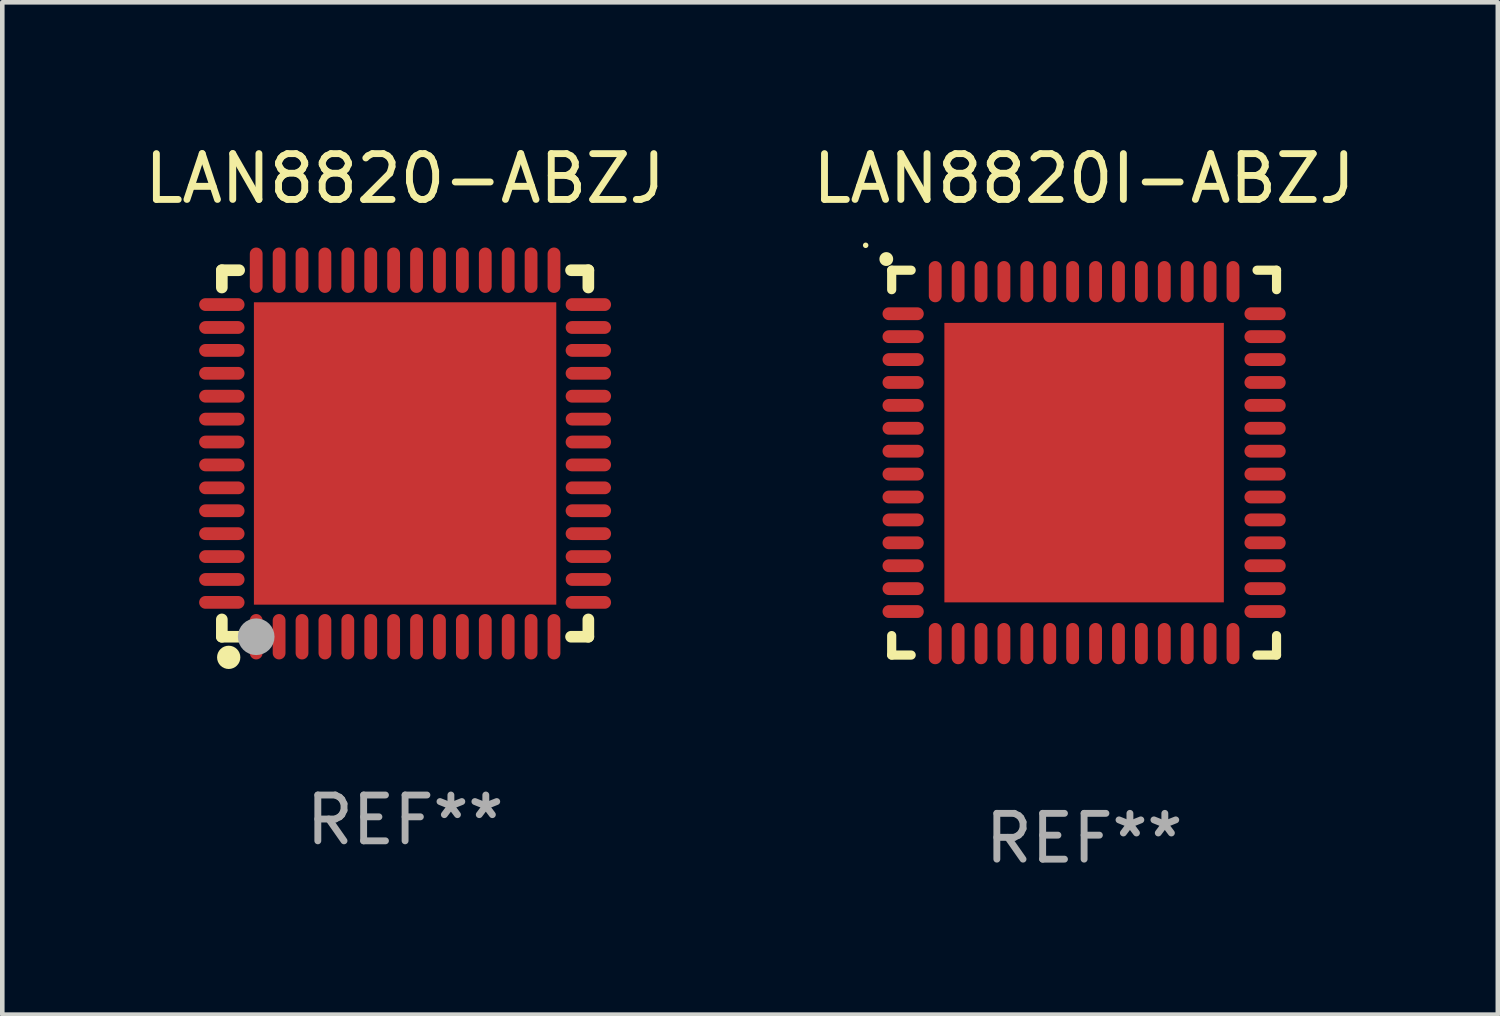
<source format=kicad_pcb>
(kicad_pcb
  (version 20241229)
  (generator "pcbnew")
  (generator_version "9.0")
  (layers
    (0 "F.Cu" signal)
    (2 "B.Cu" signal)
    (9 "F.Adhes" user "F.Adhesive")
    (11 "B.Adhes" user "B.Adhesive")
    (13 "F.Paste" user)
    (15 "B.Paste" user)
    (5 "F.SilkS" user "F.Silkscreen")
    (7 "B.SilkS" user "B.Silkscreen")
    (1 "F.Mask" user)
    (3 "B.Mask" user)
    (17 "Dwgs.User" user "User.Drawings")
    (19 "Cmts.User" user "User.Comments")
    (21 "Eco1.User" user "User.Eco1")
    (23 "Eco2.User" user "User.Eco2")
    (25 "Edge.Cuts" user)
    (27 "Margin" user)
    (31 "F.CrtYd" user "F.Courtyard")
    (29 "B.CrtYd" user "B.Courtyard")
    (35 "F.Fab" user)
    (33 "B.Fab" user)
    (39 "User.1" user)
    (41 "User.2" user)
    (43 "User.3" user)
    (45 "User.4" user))
  (footprint "LAN8820I-ABZJ"
    (layer "F.Cu")
    (at 20.613 7.048)
    (property "Reference" "LAN8820I-ABZJ" (at 0 -6.2 0) (layer "F.SilkS") (effects (font (size 1 1) (thickness 0.15))))
    (attr through_hole)
    (fp_line (start -4.2 -4.2) (end -3.775 -4.2) (stroke (width 0.2) (type solid)) (layer "F.SilkS"))
    (fp_line (start -4.2 -3.775) (end -4.2 -4.2) (stroke (width 0.2) (type solid)) (layer "F.SilkS"))
    (fp_line (start -4.2 3.775) (end -4.2 4.2) (stroke (width 0.2) (type solid)) (layer "F.SilkS"))
    (fp_line (start -4.2 4.2) (end -3.775 4.2) (stroke (width 0.2) (type solid)) (layer "F.SilkS"))
    (fp_line (start 3.775 4.2) (end 4.2 4.2) (stroke (width 0.2) (type solid)) (layer "F.SilkS"))
    (fp_line (start 4.2 -4.2) (end 3.775 -4.2) (stroke (width 0.2) (type solid)) (layer "F.SilkS"))
    (fp_line (start 4.2 -3.775) (end 4.2 -4.2) (stroke (width 0.2) (type solid)) (layer "F.SilkS"))
    (fp_line (start 4.2 4.2) (end 4.2 3.775) (stroke (width 0.2) (type solid)) (layer "F.SilkS"))
    (fp_arc (start -4.318009 -4.442469) (mid -4.318014 -4.443739) (end -4.318009 -4.445009) (stroke (width 0.3) (type solid)) (layer "F.SilkS"))
    (fp_circle (center -4.768 -4.744) (end -4.738 -4.744) (stroke (width 0.06) (type solid)) (fill no) (layer "F.SilkS"))
    (fp_text user "REF**" (at 0 8.2 0) (layer "F.Fab") (effects (font (size 1 1) (thickness 0.15))))
    (pad "1" smd oval (at -3.95 -3.25 90) (size 0.28 0.9) (layers "F.Cu" "F.Mask" "F.Paste"))
    (pad "2" smd oval (at -3.95 -2.75 90) (size 0.28 0.9) (layers "F.Cu" "F.Mask" "F.Paste"))
    (pad "3" smd oval (at -3.95 -2.25 90) (size 0.28 0.9) (layers "F.Cu" "F.Mask" "F.Paste"))
    (pad "4" smd oval (at -3.95 -1.75 90) (size 0.28 0.9) (layers "F.Cu" "F.Mask" "F.Paste"))
    (pad "5" smd oval (at -3.95 -1.25 90) (size 0.28 0.9) (layers "F.Cu" "F.Mask" "F.Paste"))
    (pad "6" smd oval (at -3.95 -0.75 90) (size 0.28 0.9) (layers "F.Cu" "F.Mask" "F.Paste"))
    (pad "7" smd oval (at -3.95 -0.25 90) (size 0.28 0.9) (layers "F.Cu" "F.Mask" "F.Paste"))
    (pad "8" smd oval (at -3.95 0.25 90) (size 0.28 0.9) (layers "F.Cu" "F.Mask" "F.Paste"))
    (pad "9" smd oval (at -3.95 0.75 90) (size 0.28 0.9) (layers "F.Cu" "F.Mask" "F.Paste"))
    (pad "10" smd oval (at -3.95 1.25 90) (size 0.28 0.9) (layers "F.Cu" "F.Mask" "F.Paste"))
    (pad "11" smd oval (at -3.95 1.75 90) (size 0.28 0.9) (layers "F.Cu" "F.Mask" "F.Paste"))
    (pad "12" smd oval (at -3.95 2.25 90) (size 0.28 0.9) (layers "F.Cu" "F.Mask" "F.Paste"))
    (pad "13" smd oval (at -3.95 2.75 90) (size 0.28 0.9) (layers "F.Cu" "F.Mask" "F.Paste"))
    (pad "14" smd oval (at -3.95 3.25 90) (size 0.28 0.9) (layers "F.Cu" "F.Mask" "F.Paste"))
    (pad "15" smd oval (at -3.25 3.95) (size 0.28 0.9) (layers "F.Cu" "F.Mask" "F.Paste"))
    (pad "16" smd oval (at -2.75 3.95) (size 0.28 0.9) (layers "F.Cu" "F.Mask" "F.Paste"))
    (pad "17" smd oval (at -2.25 3.95) (size 0.28 0.9) (layers "F.Cu" "F.Mask" "F.Paste"))
    (pad "18" smd oval (at -1.75 3.95) (size 0.28 0.9) (layers "F.Cu" "F.Mask" "F.Paste"))
    (pad "19" smd oval (at -1.25 3.95) (size 0.28 0.9) (layers "F.Cu" "F.Mask" "F.Paste"))
    (pad "20" smd oval (at -0.75 3.95) (size 0.28 0.9) (layers "F.Cu" "F.Mask" "F.Paste"))
    (pad "21" smd oval (at -0.25 3.95) (size 0.28 0.9) (layers "F.Cu" "F.Mask" "F.Paste"))
    (pad "22" smd oval (at 0.25 3.95) (size 0.28 0.9) (layers "F.Cu" "F.Mask" "F.Paste"))
    (pad "23" smd oval (at 0.75 3.95) (size 0.28 0.9) (layers "F.Cu" "F.Mask" "F.Paste"))
    (pad "24" smd oval (at 1.25 3.95) (size 0.28 0.9) (layers "F.Cu" "F.Mask" "F.Paste"))
    (pad "25" smd oval (at 1.75 3.95) (size 0.28 0.9) (layers "F.Cu" "F.Mask" "F.Paste"))
    (pad "26" smd oval (at 2.25 3.95) (size 0.28 0.9) (layers "F.Cu" "F.Mask" "F.Paste"))
    (pad "27" smd oval (at 2.75 3.95) (size 0.28 0.9) (layers "F.Cu" "F.Mask" "F.Paste"))
    (pad "28" smd oval (at 3.25 3.95) (size 0.28 0.9) (layers "F.Cu" "F.Mask" "F.Paste"))
    (pad "29" smd oval (at 3.95 3.25 90) (size 0.28 0.9) (layers "F.Cu" "F.Mask" "F.Paste"))
    (pad "30" smd oval (at 3.95 2.75 90) (size 0.28 0.9) (layers "F.Cu" "F.Mask" "F.Paste"))
    (pad "31" smd oval (at 3.95 2.25 90) (size 0.28 0.9) (layers "F.Cu" "F.Mask" "F.Paste"))
    (pad "32" smd oval (at 3.95 1.75 90) (size 0.28 0.9) (layers "F.Cu" "F.Mask" "F.Paste"))
    (pad "33" smd oval (at 3.95 1.25 90) (size 0.28 0.9) (layers "F.Cu" "F.Mask" "F.Paste"))
    (pad "34" smd oval (at 3.95 0.75 90) (size 0.28 0.9) (layers "F.Cu" "F.Mask" "F.Paste"))
    (pad "35" smd oval (at 3.95 0.25 90) (size 0.28 0.9) (layers "F.Cu" "F.Mask" "F.Paste"))
    (pad "36" smd oval (at 3.95 -0.25 90) (size 0.28 0.9) (layers "F.Cu" "F.Mask" "F.Paste"))
    (pad "37" smd oval (at 3.95 -0.75 90) (size 0.28 0.9) (layers "F.Cu" "F.Mask" "F.Paste"))
    (pad "38" smd oval (at 3.95 -1.25 90) (size 0.28 0.9) (layers "F.Cu" "F.Mask" "F.Paste"))
    (pad "39" smd oval (at 3.95 -1.75 90) (size 0.28 0.9) (layers "F.Cu" "F.Mask" "F.Paste"))
    (pad "40" smd oval (at 3.95 -2.25 90) (size 0.28 0.9) (layers "F.Cu" "F.Mask" "F.Paste"))
    (pad "41" smd oval (at 3.95 -2.75 90) (size 0.28 0.9) (layers "F.Cu" "F.Mask" "F.Paste"))
    (pad "42" smd oval (at 3.95 -3.25 90) (size 0.28 0.9) (layers "F.Cu" "F.Mask" "F.Paste"))
    (pad "43" smd oval (at 3.25 -3.95) (size 0.28 0.9) (layers "F.Cu" "F.Mask" "F.Paste"))
    (pad "44" smd oval (at 2.75 -3.95) (size 0.28 0.9) (layers "F.Cu" "F.Mask" "F.Paste"))
    (pad "45" smd oval (at 2.25 -3.95) (size 0.28 0.9) (layers "F.Cu" "F.Mask" "F.Paste"))
    (pad "46" smd oval (at 1.75 -3.95) (size 0.28 0.9) (layers "F.Cu" "F.Mask" "F.Paste"))
    (pad "47" smd oval (at 1.25 -3.95) (size 0.28 0.9) (layers "F.Cu" "F.Mask" "F.Paste"))
    (pad "48" smd oval (at 0.75 -3.95) (size 0.28 0.9) (layers "F.Cu" "F.Mask" "F.Paste"))
    (pad "49" smd oval (at 0.25 -3.95) (size 0.28 0.9) (layers "F.Cu" "F.Mask" "F.Paste"))
    (pad "50" smd oval (at -0.25 -3.95) (size 0.28 0.9) (layers "F.Cu" "F.Mask" "F.Paste"))
    (pad "51" smd oval (at -0.75 -3.95) (size 0.28 0.9) (layers "F.Cu" "F.Mask" "F.Paste"))
    (pad "52" smd oval (at -1.25 -3.95) (size 0.28 0.9) (layers "F.Cu" "F.Mask" "F.Paste"))
    (pad "53" smd oval (at -1.75 -3.95) (size 0.28 0.9) (layers "F.Cu" "F.Mask" "F.Paste"))
    (pad "54" smd oval (at -2.25 -3.95) (size 0.28 0.9) (layers "F.Cu" "F.Mask" "F.Paste"))
    (pad "55" smd oval (at -2.75 -3.95) (size 0.28 0.9) (layers "F.Cu" "F.Mask" "F.Paste"))
    (pad "56" smd oval (at -3.25 -3.95) (size 0.28 0.9) (layers "F.Cu" "F.Mask" "F.Paste"))
    (pad "57" smd rect (at 0 0) (size 6.1 6.1) (layers "F.Cu" "F.Mask" "F.Paste")))
  (footprint "LAN8820-ABZJ"
    (layer "F.Cu")
    (at 5.792 6.848)
    (property "Reference" "LAN8820-ABZJ" (at 0 -6 0) (layer "F.SilkS") (effects (font (size 1 1) (thickness 0.15))))
    (attr through_hole)
    (fp_line (start -4 -4) (end -3.622 -4) (stroke (width 0.254) (type solid)) (layer "F.SilkS"))
    (fp_line (start -4 -3.622) (end -4 -4) (stroke (width 0.254) (type solid)) (layer "F.SilkS"))
    (fp_line (start -4 4) (end -4 3.622) (stroke (width 0.254) (type solid)) (layer "F.SilkS"))
    (fp_line (start -4 4) (end -3.622 4) (stroke (width 0.254) (type solid)) (layer "F.SilkS"))
    (fp_line (start 3.622 -4) (end 4 -4) (stroke (width 0.254) (type solid)) (layer "F.SilkS"))
    (fp_line (start 3.622 4) (end 4 4) (stroke (width 0.254) (type solid)) (layer "F.SilkS"))
    (fp_line (start 4 -4) (end 4 -3.622) (stroke (width 0.254) (type solid)) (layer "F.SilkS"))
    (fp_line (start 4 3.622) (end 4 4) (stroke (width 0.254) (type solid)) (layer "F.SilkS"))
    (fp_circle (center -4 4) (end -3.97 4) (stroke (width 0.06) (type solid)) (fill no) (layer "F.SilkS"))
    (fp_circle (center -3.85 4.45) (end -3.723 4.45) (stroke (width 0.254) (type solid)) (fill no) (layer "F.SilkS"))
    (fp_circle (center -3.25 4) (end -3.05 4) (stroke (width 0.4) (type solid)) (fill no) (layer "F.Fab"))
    (fp_text user "REF**" (at 0 8 0) (layer "F.Fab") (effects (font (size 1 1) (thickness 0.15))))
    (pad "1" smd oval (at -3.25 4) (size 0.279 0.991) (layers "F.Cu" "F.Mask" "F.Paste"))
    (pad "2" smd oval (at -2.75 4) (size 0.279 0.991) (layers "F.Cu" "F.Mask" "F.Paste"))
    (pad "3" smd oval (at -2.25 4) (size 0.279 0.991) (layers "F.Cu" "F.Mask" "F.Paste"))
    (pad "4" smd oval (at -1.75 4) (size 0.279 0.991) (layers "F.Cu" "F.Mask" "F.Paste"))
    (pad "5" smd oval (at -1.25 4) (size 0.279 0.991) (layers "F.Cu" "F.Mask" "F.Paste"))
    (pad "6" smd oval (at -0.75 4) (size 0.279 0.991) (layers "F.Cu" "F.Mask" "F.Paste"))
    (pad "7" smd oval (at -0.25 4) (size 0.279 0.991) (layers "F.Cu" "F.Mask" "F.Paste"))
    (pad "8" smd oval (at 0.25 4) (size 0.279 0.991) (layers "F.Cu" "F.Mask" "F.Paste"))
    (pad "9" smd oval (at 0.75 4) (size 0.279 0.991) (layers "F.Cu" "F.Mask" "F.Paste"))
    (pad "10" smd oval (at 1.25 4) (size 0.279 0.991) (layers "F.Cu" "F.Mask" "F.Paste"))
    (pad "11" smd oval (at 1.75 4) (size 0.279 0.991) (layers "F.Cu" "F.Mask" "F.Paste"))
    (pad "12" smd oval (at 2.25 4) (size 0.279 0.991) (layers "F.Cu" "F.Mask" "F.Paste"))
    (pad "13" smd oval (at 2.75 4) (size 0.279 0.991) (layers "F.Cu" "F.Mask" "F.Paste"))
    (pad "14" smd oval (at 3.25 4) (size 0.279 0.991) (layers "F.Cu" "F.Mask" "F.Paste"))
    (pad "15" smd oval (at 4 3.25) (size 0.991 0.279) (layers "F.Cu" "F.Mask" "F.Paste"))
    (pad "16" smd oval (at 4 2.75) (size 0.991 0.279) (layers "F.Cu" "F.Mask" "F.Paste"))
    (pad "17" smd oval (at 4 2.25) (size 0.991 0.279) (layers "F.Cu" "F.Mask" "F.Paste"))
    (pad "18" smd oval (at 4 1.75) (size 0.991 0.279) (layers "F.Cu" "F.Mask" "F.Paste"))
    (pad "19" smd oval (at 4 1.25) (size 0.991 0.279) (layers "F.Cu" "F.Mask" "F.Paste"))
    (pad "20" smd oval (at 4 0.75) (size 0.991 0.279) (layers "F.Cu" "F.Mask" "F.Paste"))
    (pad "21" smd oval (at 4 0.25) (size 0.991 0.279) (layers "F.Cu" "F.Mask" "F.Paste"))
    (pad "22" smd oval (at 4 -0.25) (size 0.991 0.279) (layers "F.Cu" "F.Mask" "F.Paste"))
    (pad "23" smd oval (at 4 -0.75) (size 0.991 0.279) (layers "F.Cu" "F.Mask" "F.Paste"))
    (pad "24" smd oval (at 4 -1.25) (size 0.991 0.279) (layers "F.Cu" "F.Mask" "F.Paste"))
    (pad "25" smd oval (at 4 -1.75) (size 0.991 0.279) (layers "F.Cu" "F.Mask" "F.Paste"))
    (pad "26" smd oval (at 4 -2.25) (size 0.991 0.279) (layers "F.Cu" "F.Mask" "F.Paste"))
    (pad "27" smd oval (at 4 -2.75) (size 0.991 0.279) (layers "F.Cu" "F.Mask" "F.Paste"))
    (pad "28" smd oval (at 4 -3.25) (size 0.991 0.279) (layers "F.Cu" "F.Mask" "F.Paste"))
    (pad "29" smd oval (at 3.25 -4) (size 0.279 0.991) (layers "F.Cu" "F.Mask" "F.Paste"))
    (pad "30" smd oval (at 2.75 -4) (size 0.279 0.991) (layers "F.Cu" "F.Mask" "F.Paste"))
    (pad "31" smd oval (at 2.25 -4) (size 0.279 0.991) (layers "F.Cu" "F.Mask" "F.Paste"))
    (pad "32" smd oval (at 1.75 -4) (size 0.279 0.991) (layers "F.Cu" "F.Mask" "F.Paste"))
    (pad "33" smd oval (at 1.25 -4) (size 0.279 0.991) (layers "F.Cu" "F.Mask" "F.Paste"))
    (pad "34" smd oval (at 0.75 -4) (size 0.279 0.991) (layers "F.Cu" "F.Mask" "F.Paste"))
    (pad "35" smd oval (at 0.25 -4) (size 0.279 0.991) (layers "F.Cu" "F.Mask" "F.Paste"))
    (pad "36" smd oval (at -0.25 -4) (size 0.279 0.991) (layers "F.Cu" "F.Mask" "F.Paste"))
    (pad "37" smd oval (at -0.75 -4) (size 0.279 0.991) (layers "F.Cu" "F.Mask" "F.Paste"))
    (pad "38" smd oval (at -1.25 -4) (size 0.279 0.991) (layers "F.Cu" "F.Mask" "F.Paste"))
    (pad "39" smd oval (at -1.75 -4) (size 0.279 0.991) (layers "F.Cu" "F.Mask" "F.Paste"))
    (pad "40" smd oval (at -2.25 -4) (size 0.279 0.991) (layers "F.Cu" "F.Mask" "F.Paste"))
    (pad "41" smd oval (at -2.75 -4) (size 0.279 0.991) (layers "F.Cu" "F.Mask" "F.Paste"))
    (pad "42" smd oval (at -3.25 -4) (size 0.279 0.991) (layers "F.Cu" "F.Mask" "F.Paste"))
    (pad "43" smd oval (at -4 -3.25) (size 0.991 0.279) (layers "F.Cu" "F.Mask" "F.Paste"))
    (pad "44" smd oval (at -4 -2.75) (size 0.991 0.279) (layers "F.Cu" "F.Mask" "F.Paste"))
    (pad "45" smd oval (at -4 -2.25) (size 0.991 0.279) (layers "F.Cu" "F.Mask" "F.Paste"))
    (pad "46" smd oval (at -4 -1.75) (size 0.991 0.279) (layers "F.Cu" "F.Mask" "F.Paste"))
    (pad "47" smd oval (at -4 -1.25) (size 0.991 0.279) (layers "F.Cu" "F.Mask" "F.Paste"))
    (pad "48" smd oval (at -4 -0.75) (size 0.991 0.279) (layers "F.Cu" "F.Mask" "F.Paste"))
    (pad "49" smd oval (at -4 -0.25) (size 0.991 0.279) (layers "F.Cu" "F.Mask" "F.Paste"))
    (pad "50" smd oval (at -4 0.25) (size 0.991 0.279) (layers "F.Cu" "F.Mask" "F.Paste"))
    (pad "51" smd oval (at -4 0.75) (size 0.991 0.279) (layers "F.Cu" "F.Mask" "F.Paste"))
    (pad "52" smd oval (at -4 1.25) (size 0.991 0.279) (layers "F.Cu" "F.Mask" "F.Paste"))
    (pad "53" smd oval (at -4 1.75) (size 0.991 0.279) (layers "F.Cu" "F.Mask" "F.Paste"))
    (pad "54" smd oval (at -4 2.25) (size 0.991 0.279) (layers "F.Cu" "F.Mask" "F.Paste"))
    (pad "55" smd oval (at -4 2.75) (size 0.991 0.279) (layers "F.Cu" "F.Mask" "F.Paste"))
    (pad "56" smd oval (at -4 3.25) (size 0.991 0.279) (layers "F.Cu" "F.Mask" "F.Paste"))
    (pad "57" smd rect (at 0 0 90) (size 6.6 6.6) (layers "F.Cu" "F.Mask" "F.Paste")))
  (gr_rect
    (start -3 -3)
    (end 29.643 19.096)
    (stroke (width 0.1) (type default))
    (fill no)
    (layer "Edge.Cuts")))
</source>
